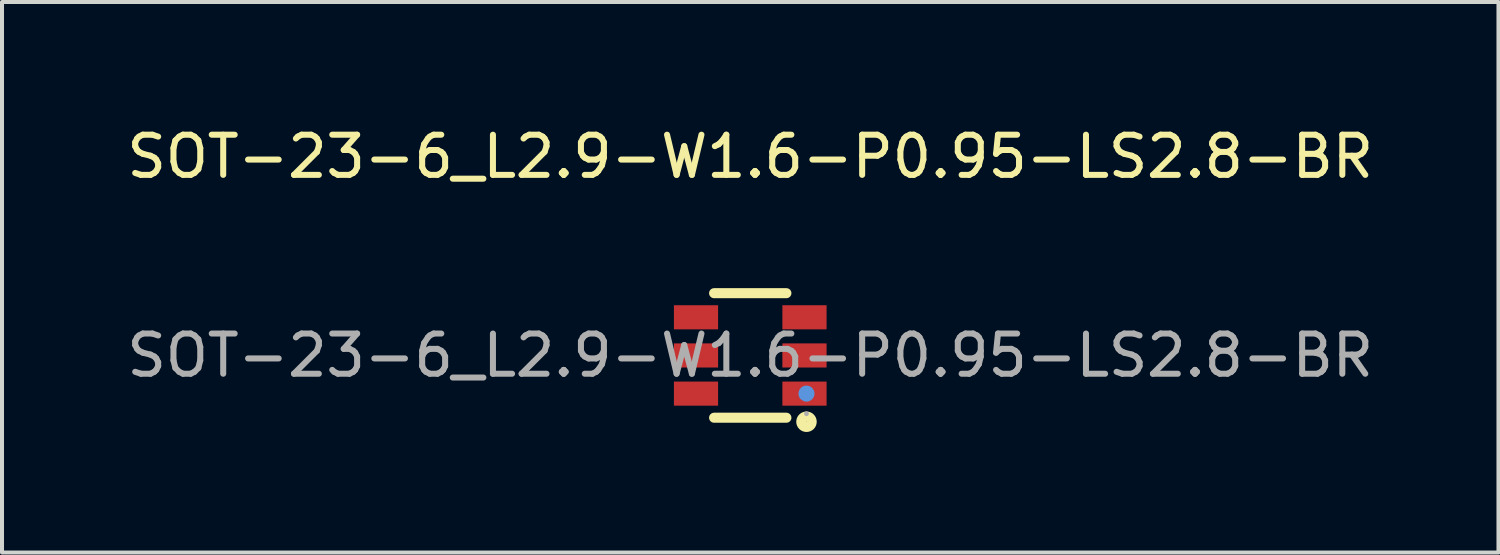
<source format=kicad_pcb>
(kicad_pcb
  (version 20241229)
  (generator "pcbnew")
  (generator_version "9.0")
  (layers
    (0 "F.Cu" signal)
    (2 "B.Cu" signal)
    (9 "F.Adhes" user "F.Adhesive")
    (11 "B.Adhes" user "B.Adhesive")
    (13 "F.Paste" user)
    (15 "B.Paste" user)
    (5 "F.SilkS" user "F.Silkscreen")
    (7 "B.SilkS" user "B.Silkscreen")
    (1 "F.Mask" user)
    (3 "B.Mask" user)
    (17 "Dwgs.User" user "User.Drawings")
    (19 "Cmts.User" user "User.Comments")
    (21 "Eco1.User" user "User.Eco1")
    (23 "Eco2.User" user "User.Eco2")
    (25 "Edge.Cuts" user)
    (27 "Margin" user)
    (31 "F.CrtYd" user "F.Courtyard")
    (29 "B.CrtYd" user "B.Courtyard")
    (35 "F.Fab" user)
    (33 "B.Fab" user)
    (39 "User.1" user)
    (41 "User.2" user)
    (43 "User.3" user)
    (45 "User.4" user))
  (footprint "SOT-23-6_L2.9-W1.6-P0.95-LS2.8-BR"
    (layer "F.Cu")
    (at 15.625 5.798)
    (property "Reference" "SOT-23-6_L2.9-W1.6-P0.95-LS2.8-BR" (at 0 -4.95 0) (layer "F.SilkS") (effects (font (size 1 1) (thickness 0.15))))
    (attr smd)
    (fp_line (start -0.9 -1.55) (end 0.9 -1.55) (stroke (width 0.25) (type solid)) (layer "F.SilkS"))
    (fp_line (start -0.9 1.55) (end 0.9 1.55) (stroke (width 0.25) (type solid)) (layer "F.SilkS"))
    (fp_circle (center 1.4 1.65) (end 1.53 1.65) (stroke (width 0.25) (type solid)) (fill no) (layer "F.SilkS"))
    (fp_circle (center 1.4 0.95) (end 1.5 0.95) (stroke (width 0.2) (type solid)) (fill no) (layer "Cmts.User"))
    (fp_circle (center 1.4 1.45) (end 1.43 1.45) (stroke (width 0.06) (type solid)) (fill no) (layer "F.Fab"))
    (fp_text user "${REFERENCE}" (at 0 0 0) (layer "F.Fab") (effects (font (size 1 1) (thickness 0.15))))
    (pad "1" smd rect (at 1.35 0.95) (size 1.1 0.6) (layers "F.Cu" "F.Mask" "F.Paste"))
    (pad "2" smd rect (at 1.35 0) (size 1.1 0.6) (layers "F.Cu" "F.Mask" "F.Paste"))
    (pad "3" smd rect (at 1.35 -0.95) (size 1.1 0.6) (layers "F.Cu" "F.Mask" "F.Paste"))
    (pad "4" smd rect (at -1.35 -0.95) (size 1.1 0.6) (layers "F.Cu" "F.Mask" "F.Paste"))
    (pad "5" smd rect (at -1.35 0) (size 1.1 0.6) (layers "F.Cu" "F.Mask" "F.Paste"))
    (pad "6" smd rect (at -1.35 0.95) (size 1.1 0.6) (layers "F.Cu" "F.Mask" "F.Paste")))
  (gr_rect
    (start -3 -3)
    (end 34.25 10.703)
    (stroke (width 0.1) (type default))
    (fill no)
    (layer "Edge.Cuts")))
</source>
